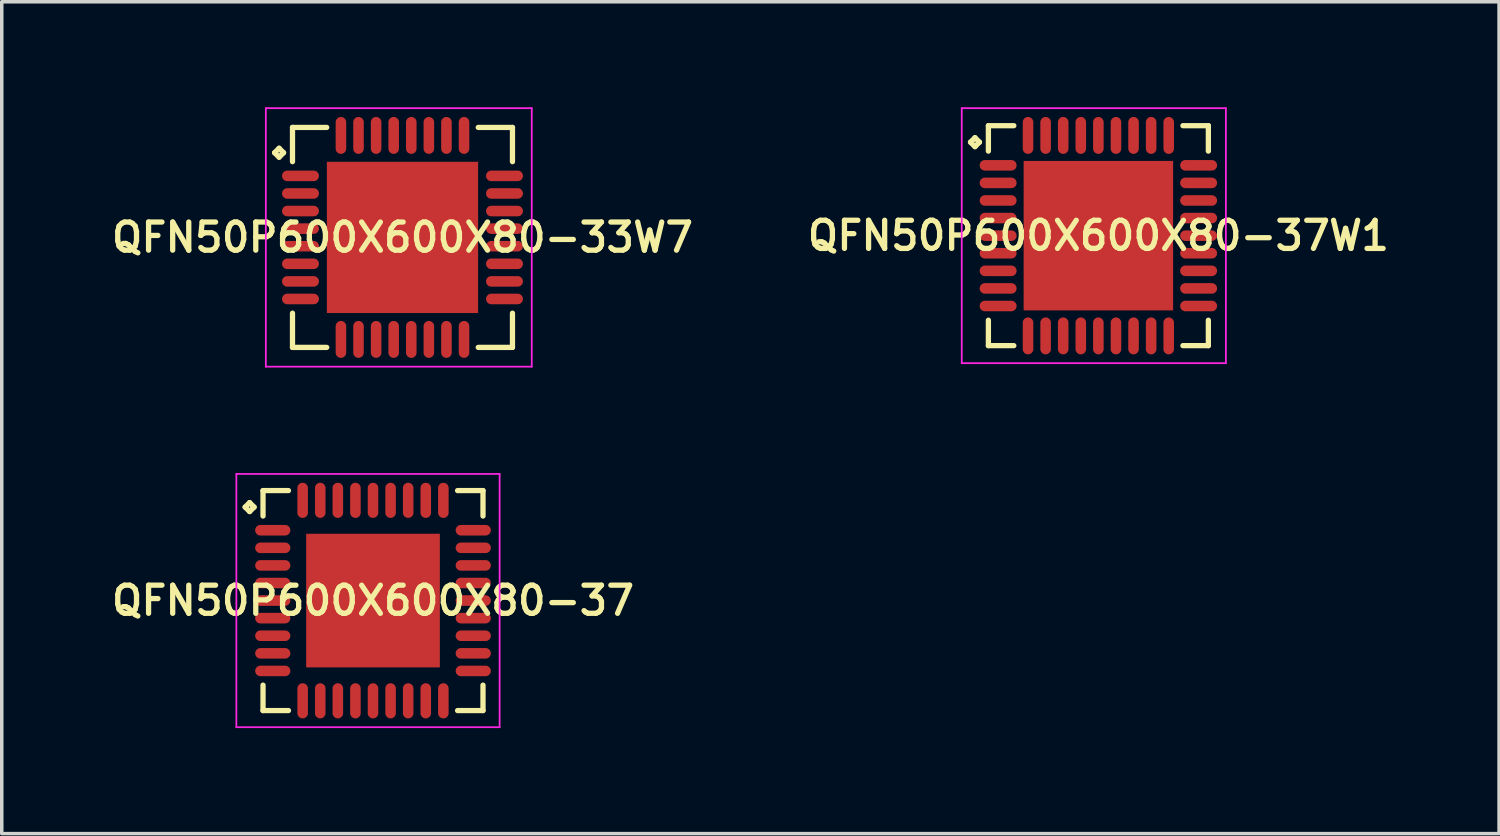
<source format=kicad_pcb>
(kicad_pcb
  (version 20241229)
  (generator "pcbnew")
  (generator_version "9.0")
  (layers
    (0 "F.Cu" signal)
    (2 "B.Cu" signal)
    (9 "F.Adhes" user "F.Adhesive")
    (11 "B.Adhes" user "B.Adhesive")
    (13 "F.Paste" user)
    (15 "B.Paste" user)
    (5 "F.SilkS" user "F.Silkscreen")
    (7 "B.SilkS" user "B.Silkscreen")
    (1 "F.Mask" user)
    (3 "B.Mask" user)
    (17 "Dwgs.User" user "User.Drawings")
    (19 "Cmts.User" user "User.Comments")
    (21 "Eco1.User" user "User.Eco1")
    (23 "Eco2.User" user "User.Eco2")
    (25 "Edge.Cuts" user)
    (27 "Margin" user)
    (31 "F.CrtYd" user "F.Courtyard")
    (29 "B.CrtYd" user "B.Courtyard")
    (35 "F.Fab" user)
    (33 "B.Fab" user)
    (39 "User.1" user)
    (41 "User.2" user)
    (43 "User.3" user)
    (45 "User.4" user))
  (footprint "QFN50P600X600X80-37"
    (layer "F.Cu")
    (at 7.555 14.025)
    (property "Reference" "QFN50P600X600X80-37" (at 0 0 0) (layer "F.SilkS") (effects (font (size 0.8 0.8) (thickness 0.15))))
    (attr smd)
    (fp_line (start -3.635 -2.658) (end -3.508 -2.785) (stroke (width 0.15) (type solid)) (layer "F.SilkS"))
    (fp_line (start -3.508 -2.785) (end -3.381 -2.658) (stroke (width 0.15) (type solid)) (layer "F.SilkS"))
    (fp_line (start -3.508 -2.531) (end -3.635 -2.658) (stroke (width 0.15) (type solid)) (layer "F.SilkS"))
    (fp_line (start -3.381 -2.658) (end -3.508 -2.531) (stroke (width 0.15) (type solid)) (layer "F.SilkS"))
    (fp_line (start -3.127 -3.127) (end -2.404 -3.127) (stroke (width 0.15) (type solid)) (layer "F.SilkS"))
    (fp_line (start -3.127 -2.404) (end -3.127 -3.127) (stroke (width 0.15) (type solid)) (layer "F.SilkS"))
    (fp_line (start -3.127 2.404) (end -3.127 3.127) (stroke (width 0.15) (type solid)) (layer "F.SilkS"))
    (fp_line (start -3.127 3.127) (end -2.404 3.127) (stroke (width 0.15) (type solid)) (layer "F.SilkS"))
    (fp_line (start 2.404 -3.127) (end 3.127 -3.127) (stroke (width 0.15) (type solid)) (layer "F.SilkS"))
    (fp_line (start 2.404 3.127) (end 3.127 3.127) (stroke (width 0.15) (type solid)) (layer "F.SilkS"))
    (fp_line (start 3.127 -3.127) (end 3.127 -2.404) (stroke (width 0.15) (type solid)) (layer "F.SilkS"))
    (fp_line (start 3.127 3.127) (end 3.127 2.404) (stroke (width 0.15) (type solid)) (layer "F.SilkS"))
    (fp_line (start -3.885 -3.6) (end 3.6 -3.6) (stroke (width 0.05) (type solid)) (layer "F.CrtYd"))
    (fp_line (start -3.885 3.6) (end -3.885 -3.6) (stroke (width 0.05) (type solid)) (layer "F.CrtYd"))
    (fp_line (start 3.6 -3.6) (end 3.6 3.6) (stroke (width 0.05) (type solid)) (layer "F.CrtYd"))
    (fp_line (start 3.6 3.6) (end -3.885 3.6) (stroke (width 0.05) (type solid)) (layer "F.CrtYd"))
    (pad "1" smd oval (at -2.85 -2) (size 1 0.3) (layers "F.Cu" "F.Mask" "F.Paste"))
    (pad "2" smd oval (at -2.85 -1.5) (size 1 0.3) (layers "F.Cu" "F.Mask" "F.Paste"))
    (pad "3" smd oval (at -2.85 -1) (size 1 0.3) (layers "F.Cu" "F.Mask" "F.Paste"))
    (pad "4" smd oval (at -2.85 -0.5) (size 1 0.3) (layers "F.Cu" "F.Mask" "F.Paste"))
    (pad "5" smd oval (at -2.85 0) (size 1 0.3) (layers "F.Cu" "F.Mask" "F.Paste"))
    (pad "6" smd oval (at -2.85 0.5) (size 1 0.3) (layers "F.Cu" "F.Mask" "F.Paste"))
    (pad "7" smd oval (at -2.85 1) (size 1 0.3) (layers "F.Cu" "F.Mask" "F.Paste"))
    (pad "8" smd oval (at -2.85 1.5) (size 1 0.3) (layers "F.Cu" "F.Mask" "F.Paste"))
    (pad "9" smd oval (at -2.85 2) (size 1 0.3) (layers "F.Cu" "F.Mask" "F.Paste"))
    (pad "10" smd oval (at -2 2.85) (size 0.3 1) (layers "F.Cu" "F.Mask" "F.Paste"))
    (pad "11" smd oval (at -1.5 2.85) (size 0.3 1) (layers "F.Cu" "F.Mask" "F.Paste"))
    (pad "12" smd oval (at -1 2.85) (size 0.3 1) (layers "F.Cu" "F.Mask" "F.Paste"))
    (pad "13" smd oval (at -0.5 2.85) (size 0.3 1) (layers "F.Cu" "F.Mask" "F.Paste"))
    (pad "14" smd oval (at 0 2.85) (size 0.3 1) (layers "F.Cu" "F.Mask" "F.Paste"))
    (pad "15" smd oval (at 0.5 2.85) (size 0.3 1) (layers "F.Cu" "F.Mask" "F.Paste"))
    (pad "16" smd oval (at 1 2.85) (size 0.3 1) (layers "F.Cu" "F.Mask" "F.Paste"))
    (pad "17" smd oval (at 1.5 2.85) (size 0.3 1) (layers "F.Cu" "F.Mask" "F.Paste"))
    (pad "18" smd oval (at 2 2.85) (size 0.3 1) (layers "F.Cu" "F.Mask" "F.Paste"))
    (pad "19" smd oval (at 2.85 2) (size 1 0.3) (layers "F.Cu" "F.Mask" "F.Paste"))
    (pad "20" smd oval (at 2.85 1.5) (size 1 0.3) (layers "F.Cu" "F.Mask" "F.Paste"))
    (pad "21" smd oval (at 2.85 1) (size 1 0.3) (layers "F.Cu" "F.Mask" "F.Paste"))
    (pad "22" smd oval (at 2.85 0.5) (size 1 0.3) (layers "F.Cu" "F.Mask" "F.Paste"))
    (pad "23" smd oval (at 2.85 0) (size 1 0.3) (layers "F.Cu" "F.Mask" "F.Paste"))
    (pad "24" smd oval (at 2.85 -0.5) (size 1 0.3) (layers "F.Cu" "F.Mask" "F.Paste"))
    (pad "25" smd oval (at 2.85 -1) (size 1 0.3) (layers "F.Cu" "F.Mask" "F.Paste"))
    (pad "26" smd oval (at 2.85 -1.5) (size 1 0.3) (layers "F.Cu" "F.Mask" "F.Paste"))
    (pad "27" smd oval (at 2.85 -2) (size 1 0.3) (layers "F.Cu" "F.Mask" "F.Paste"))
    (pad "28" smd oval (at 2 -2.85) (size 0.3 1) (layers "F.Cu" "F.Mask" "F.Paste"))
    (pad "29" smd oval (at 1.5 -2.85) (size 0.3 1) (layers "F.Cu" "F.Mask" "F.Paste"))
    (pad "30" smd oval (at 1 -2.85) (size 0.3 1) (layers "F.Cu" "F.Mask" "F.Paste"))
    (pad "31" smd oval (at 0.5 -2.85) (size 0.3 1) (layers "F.Cu" "F.Mask" "F.Paste"))
    (pad "32" smd oval (at 0 -2.85) (size 0.3 1) (layers "F.Cu" "F.Mask" "F.Paste"))
    (pad "33" smd oval (at -0.5 -2.85) (size 0.3 1) (layers "F.Cu" "F.Mask" "F.Paste"))
    (pad "34" smd oval (at -1 -2.85) (size 0.3 1) (layers "F.Cu" "F.Mask" "F.Paste"))
    (pad "35" smd oval (at -1.5 -2.85) (size 0.3 1) (layers "F.Cu" "F.Mask" "F.Paste"))
    (pad "36" smd oval (at -2 -2.85) (size 0.3 1) (layers "F.Cu" "F.Mask" "F.Paste"))
    (pad "37" smd rect (at 0 0) (size 3.8 3.8) (layers "F.Cu" "F.Mask" "F.Paste")))
  (footprint "QFN50P600X600X80-33W7"
    (layer "F.Cu")
    (at 8.393 3.7)
    (property "Reference" "QFN50P600X600X80-33W7" (at 0 0 0) (layer "F.SilkS") (effects (font (size 0.8 0.8) (thickness 0.15))))
    (attr smd)
    (fp_line (start -3.635 -2.408) (end -3.508 -2.535) (stroke (width 0.15) (type solid)) (layer "F.SilkS"))
    (fp_line (start -3.508 -2.535) (end -3.381 -2.408) (stroke (width 0.15) (type solid)) (layer "F.SilkS"))
    (fp_line (start -3.508 -2.281) (end -3.635 -2.408) (stroke (width 0.15) (type solid)) (layer "F.SilkS"))
    (fp_line (start -3.381 -2.408) (end -3.508 -2.281) (stroke (width 0.15) (type solid)) (layer "F.SilkS"))
    (fp_line (start -3.127 -3.127) (end -2.154 -3.127) (stroke (width 0.15) (type solid)) (layer "F.SilkS"))
    (fp_line (start -3.127 -2.154) (end -3.127 -3.127) (stroke (width 0.15) (type solid)) (layer "F.SilkS"))
    (fp_line (start -3.127 2.154) (end -3.127 3.127) (stroke (width 0.15) (type solid)) (layer "F.SilkS"))
    (fp_line (start -3.127 3.127) (end -2.154 3.127) (stroke (width 0.15) (type solid)) (layer "F.SilkS"))
    (fp_line (start 2.154 -3.127) (end 3.127 -3.127) (stroke (width 0.15) (type solid)) (layer "F.SilkS"))
    (fp_line (start 2.154 3.127) (end 3.127 3.127) (stroke (width 0.15) (type solid)) (layer "F.SilkS"))
    (fp_line (start 3.127 -3.127) (end 3.127 -2.154) (stroke (width 0.15) (type solid)) (layer "F.SilkS"))
    (fp_line (start 3.127 3.127) (end 3.127 2.154) (stroke (width 0.15) (type solid)) (layer "F.SilkS"))
    (fp_line (start -3.885 -3.675) (end 3.675 -3.675) (stroke (width 0.05) (type solid)) (layer "F.CrtYd"))
    (fp_line (start -3.885 3.675) (end -3.885 -3.675) (stroke (width 0.05) (type solid)) (layer "F.CrtYd"))
    (fp_line (start 3.675 -3.675) (end 3.675 3.675) (stroke (width 0.05) (type solid)) (layer "F.CrtYd"))
    (fp_line (start 3.675 3.675) (end -3.885 3.675) (stroke (width 0.05) (type solid)) (layer "F.CrtYd"))
    (pad "1" smd oval (at -2.9 -1.75) (size 1.05 0.3) (layers "F.Cu" "F.Mask" "F.Paste"))
    (pad "2" smd oval (at -2.9 -1.25) (size 1.05 0.3) (layers "F.Cu" "F.Mask" "F.Paste"))
    (pad "3" smd oval (at -2.9 -0.75) (size 1.05 0.3) (layers "F.Cu" "F.Mask" "F.Paste"))
    (pad "4" smd oval (at -2.9 -0.25) (size 1.05 0.3) (layers "F.Cu" "F.Mask" "F.Paste"))
    (pad "5" smd oval (at -2.9 0.25) (size 1.05 0.3) (layers "F.Cu" "F.Mask" "F.Paste"))
    (pad "6" smd oval (at -2.9 0.75) (size 1.05 0.3) (layers "F.Cu" "F.Mask" "F.Paste"))
    (pad "7" smd oval (at -2.9 1.25) (size 1.05 0.3) (layers "F.Cu" "F.Mask" "F.Paste"))
    (pad "8" smd oval (at -2.9 1.75) (size 1.05 0.3) (layers "F.Cu" "F.Mask" "F.Paste"))
    (pad "9" smd oval (at -1.75 2.9) (size 0.3 1.05) (layers "F.Cu" "F.Mask" "F.Paste"))
    (pad "10" smd oval (at -1.25 2.9) (size 0.3 1.05) (layers "F.Cu" "F.Mask" "F.Paste"))
    (pad "11" smd oval (at -0.75 2.9) (size 0.3 1.05) (layers "F.Cu" "F.Mask" "F.Paste"))
    (pad "12" smd oval (at -0.25 2.9) (size 0.3 1.05) (layers "F.Cu" "F.Mask" "F.Paste"))
    (pad "13" smd oval (at 0.25 2.9) (size 0.3 1.05) (layers "F.Cu" "F.Mask" "F.Paste"))
    (pad "14" smd oval (at 0.75 2.9) (size 0.3 1.05) (layers "F.Cu" "F.Mask" "F.Paste"))
    (pad "15" smd oval (at 1.25 2.9) (size 0.3 1.05) (layers "F.Cu" "F.Mask" "F.Paste"))
    (pad "16" smd oval (at 1.75 2.9) (size 0.3 1.05) (layers "F.Cu" "F.Mask" "F.Paste"))
    (pad "17" smd oval (at 2.9 1.75) (size 1.05 0.3) (layers "F.Cu" "F.Mask" "F.Paste"))
    (pad "18" smd oval (at 2.9 1.25) (size 1.05 0.3) (layers "F.Cu" "F.Mask" "F.Paste"))
    (pad "19" smd oval (at 2.9 0.75) (size 1.05 0.3) (layers "F.Cu" "F.Mask" "F.Paste"))
    (pad "20" smd oval (at 2.9 0.25) (size 1.05 0.3) (layers "F.Cu" "F.Mask" "F.Paste"))
    (pad "21" smd oval (at 2.9 -0.25) (size 1.05 0.3) (layers "F.Cu" "F.Mask" "F.Paste"))
    (pad "22" smd oval (at 2.9 -0.75) (size 1.05 0.3) (layers "F.Cu" "F.Mask" "F.Paste"))
    (pad "23" smd oval (at 2.9 -1.25) (size 1.05 0.3) (layers "F.Cu" "F.Mask" "F.Paste"))
    (pad "24" smd oval (at 2.9 -1.75) (size 1.05 0.3) (layers "F.Cu" "F.Mask" "F.Paste"))
    (pad "25" smd oval (at 1.75 -2.9) (size 0.3 1.05) (layers "F.Cu" "F.Mask" "F.Paste"))
    (pad "26" smd oval (at 1.25 -2.9) (size 0.3 1.05) (layers "F.Cu" "F.Mask" "F.Paste"))
    (pad "27" smd oval (at 0.75 -2.9) (size 0.3 1.05) (layers "F.Cu" "F.Mask" "F.Paste"))
    (pad "28" smd oval (at 0.25 -2.9) (size 0.3 1.05) (layers "F.Cu" "F.Mask" "F.Paste"))
    (pad "29" smd oval (at -0.25 -2.9) (size 0.3 1.05) (layers "F.Cu" "F.Mask" "F.Paste"))
    (pad "30" smd oval (at -0.75 -2.9) (size 0.3 1.05) (layers "F.Cu" "F.Mask" "F.Paste"))
    (pad "31" smd oval (at -1.25 -2.9) (size 0.3 1.05) (layers "F.Cu" "F.Mask" "F.Paste"))
    (pad "32" smd oval (at -1.75 -2.9) (size 0.3 1.05) (layers "F.Cu" "F.Mask" "F.Paste"))
    (pad "33" smd rect (at 0 0) (size 4.3 4.3) (layers "F.Cu" "F.Mask" "F.Paste")))
  (footprint "QFN50P600X600X80-37W1"
    (layer "F.Cu")
    (at 28.178 3.65)
    (property "Reference" "QFN50P600X600X80-37W1" (at 0 0 0) (layer "F.SilkS") (effects (font (size 0.8 0.8) (thickness 0.15))))
    (attr smd)
    (fp_line (start -3.635 -2.658) (end -3.508 -2.785) (stroke (width 0.15) (type solid)) (layer "F.SilkS"))
    (fp_line (start -3.508 -2.785) (end -3.381 -2.658) (stroke (width 0.15) (type solid)) (layer "F.SilkS"))
    (fp_line (start -3.508 -2.531) (end -3.635 -2.658) (stroke (width 0.15) (type solid)) (layer "F.SilkS"))
    (fp_line (start -3.381 -2.658) (end -3.508 -2.531) (stroke (width 0.15) (type solid)) (layer "F.SilkS"))
    (fp_line (start -3.127 -3.127) (end -2.404 -3.127) (stroke (width 0.15) (type solid)) (layer "F.SilkS"))
    (fp_line (start -3.127 -2.404) (end -3.127 -3.127) (stroke (width 0.15) (type solid)) (layer "F.SilkS"))
    (fp_line (start -3.127 2.404) (end -3.127 3.127) (stroke (width 0.15) (type solid)) (layer "F.SilkS"))
    (fp_line (start -3.127 3.127) (end -2.404 3.127) (stroke (width 0.15) (type solid)) (layer "F.SilkS"))
    (fp_line (start 2.404 -3.127) (end 3.127 -3.127) (stroke (width 0.15) (type solid)) (layer "F.SilkS"))
    (fp_line (start 2.404 3.127) (end 3.127 3.127) (stroke (width 0.15) (type solid)) (layer "F.SilkS"))
    (fp_line (start 3.127 -3.127) (end 3.127 -2.404) (stroke (width 0.15) (type solid)) (layer "F.SilkS"))
    (fp_line (start 3.127 3.127) (end 3.127 2.404) (stroke (width 0.15) (type solid)) (layer "F.SilkS"))
    (fp_line (start -3.885 -3.625) (end 3.625 -3.625) (stroke (width 0.05) (type solid)) (layer "F.CrtYd"))
    (fp_line (start -3.885 3.625) (end -3.885 -3.625) (stroke (width 0.05) (type solid)) (layer "F.CrtYd"))
    (fp_line (start 3.625 -3.625) (end 3.625 3.625) (stroke (width 0.05) (type solid)) (layer "F.CrtYd"))
    (fp_line (start 3.625 3.625) (end -3.885 3.625) (stroke (width 0.05) (type solid)) (layer "F.CrtYd"))
    (pad "1" smd oval (at -2.85 -2) (size 1.05 0.3) (layers "F.Cu" "F.Mask" "F.Paste"))
    (pad "2" smd oval (at -2.85 -1.5) (size 1.05 0.3) (layers "F.Cu" "F.Mask" "F.Paste"))
    (pad "3" smd oval (at -2.85 -1) (size 1.05 0.3) (layers "F.Cu" "F.Mask" "F.Paste"))
    (pad "4" smd oval (at -2.85 -0.5) (size 1.05 0.3) (layers "F.Cu" "F.Mask" "F.Paste"))
    (pad "5" smd oval (at -2.85 0) (size 1.05 0.3) (layers "F.Cu" "F.Mask" "F.Paste"))
    (pad "6" smd oval (at -2.85 0.5) (size 1.05 0.3) (layers "F.Cu" "F.Mask" "F.Paste"))
    (pad "7" smd oval (at -2.85 1) (size 1.05 0.3) (layers "F.Cu" "F.Mask" "F.Paste"))
    (pad "8" smd oval (at -2.85 1.5) (size 1.05 0.3) (layers "F.Cu" "F.Mask" "F.Paste"))
    (pad "9" smd oval (at -2.85 2) (size 1.05 0.3) (layers "F.Cu" "F.Mask" "F.Paste"))
    (pad "10" smd oval (at -2 2.85) (size 0.3 1.05) (layers "F.Cu" "F.Mask" "F.Paste"))
    (pad "11" smd oval (at -1.5 2.85) (size 0.3 1.05) (layers "F.Cu" "F.Mask" "F.Paste"))
    (pad "12" smd oval (at -1 2.85) (size 0.3 1.05) (layers "F.Cu" "F.Mask" "F.Paste"))
    (pad "13" smd oval (at -0.5 2.85) (size 0.3 1.05) (layers "F.Cu" "F.Mask" "F.Paste"))
    (pad "14" smd oval (at 0 2.85) (size 0.3 1.05) (layers "F.Cu" "F.Mask" "F.Paste"))
    (pad "15" smd oval (at 0.5 2.85) (size 0.3 1.05) (layers "F.Cu" "F.Mask" "F.Paste"))
    (pad "16" smd oval (at 1 2.85) (size 0.3 1.05) (layers "F.Cu" "F.Mask" "F.Paste"))
    (pad "17" smd oval (at 1.5 2.85) (size 0.3 1.05) (layers "F.Cu" "F.Mask" "F.Paste"))
    (pad "18" smd oval (at 2 2.85) (size 0.3 1.05) (layers "F.Cu" "F.Mask" "F.Paste"))
    (pad "19" smd oval (at 2.85 2) (size 1.05 0.3) (layers "F.Cu" "F.Mask" "F.Paste"))
    (pad "20" smd oval (at 2.85 1.5) (size 1.05 0.3) (layers "F.Cu" "F.Mask" "F.Paste"))
    (pad "21" smd oval (at 2.85 1) (size 1.05 0.3) (layers "F.Cu" "F.Mask" "F.Paste"))
    (pad "22" smd oval (at 2.85 0.5) (size 1.05 0.3) (layers "F.Cu" "F.Mask" "F.Paste"))
    (pad "23" smd oval (at 2.85 0) (size 1.05 0.3) (layers "F.Cu" "F.Mask" "F.Paste"))
    (pad "24" smd oval (at 2.85 -0.5) (size 1.05 0.3) (layers "F.Cu" "F.Mask" "F.Paste"))
    (pad "25" smd oval (at 2.85 -1) (size 1.05 0.3) (layers "F.Cu" "F.Mask" "F.Paste"))
    (pad "26" smd oval (at 2.85 -1.5) (size 1.05 0.3) (layers "F.Cu" "F.Mask" "F.Paste"))
    (pad "27" smd oval (at 2.85 -2) (size 1.05 0.3) (layers "F.Cu" "F.Mask" "F.Paste"))
    (pad "28" smd oval (at 2 -2.85) (size 0.3 1.05) (layers "F.Cu" "F.Mask" "F.Paste"))
    (pad "29" smd oval (at 1.5 -2.85) (size 0.3 1.05) (layers "F.Cu" "F.Mask" "F.Paste"))
    (pad "30" smd oval (at 1 -2.85) (size 0.3 1.05) (layers "F.Cu" "F.Mask" "F.Paste"))
    (pad "31" smd oval (at 0.5 -2.85) (size 0.3 1.05) (layers "F.Cu" "F.Mask" "F.Paste"))
    (pad "32" smd oval (at 0 -2.85) (size 0.3 1.05) (layers "F.Cu" "F.Mask" "F.Paste"))
    (pad "33" smd oval (at -0.5 -2.85) (size 0.3 1.05) (layers "F.Cu" "F.Mask" "F.Paste"))
    (pad "34" smd oval (at -1 -2.85) (size 0.3 1.05) (layers "F.Cu" "F.Mask" "F.Paste"))
    (pad "35" smd oval (at -1.5 -2.85) (size 0.3 1.05) (layers "F.Cu" "F.Mask" "F.Paste"))
    (pad "36" smd oval (at -2 -2.85) (size 0.3 1.05) (layers "F.Cu" "F.Mask" "F.Paste"))
    (pad "37" smd rect (at 0 0) (size 4.25 4.25) (layers "F.Cu" "F.Mask" "F.Paste")))
  (gr_rect
    (start -3 -3)
    (end 39.57 20.65)
    (stroke (width 0.1) (type default))
    (fill no)
    (layer "Edge.Cuts")))
</source>
